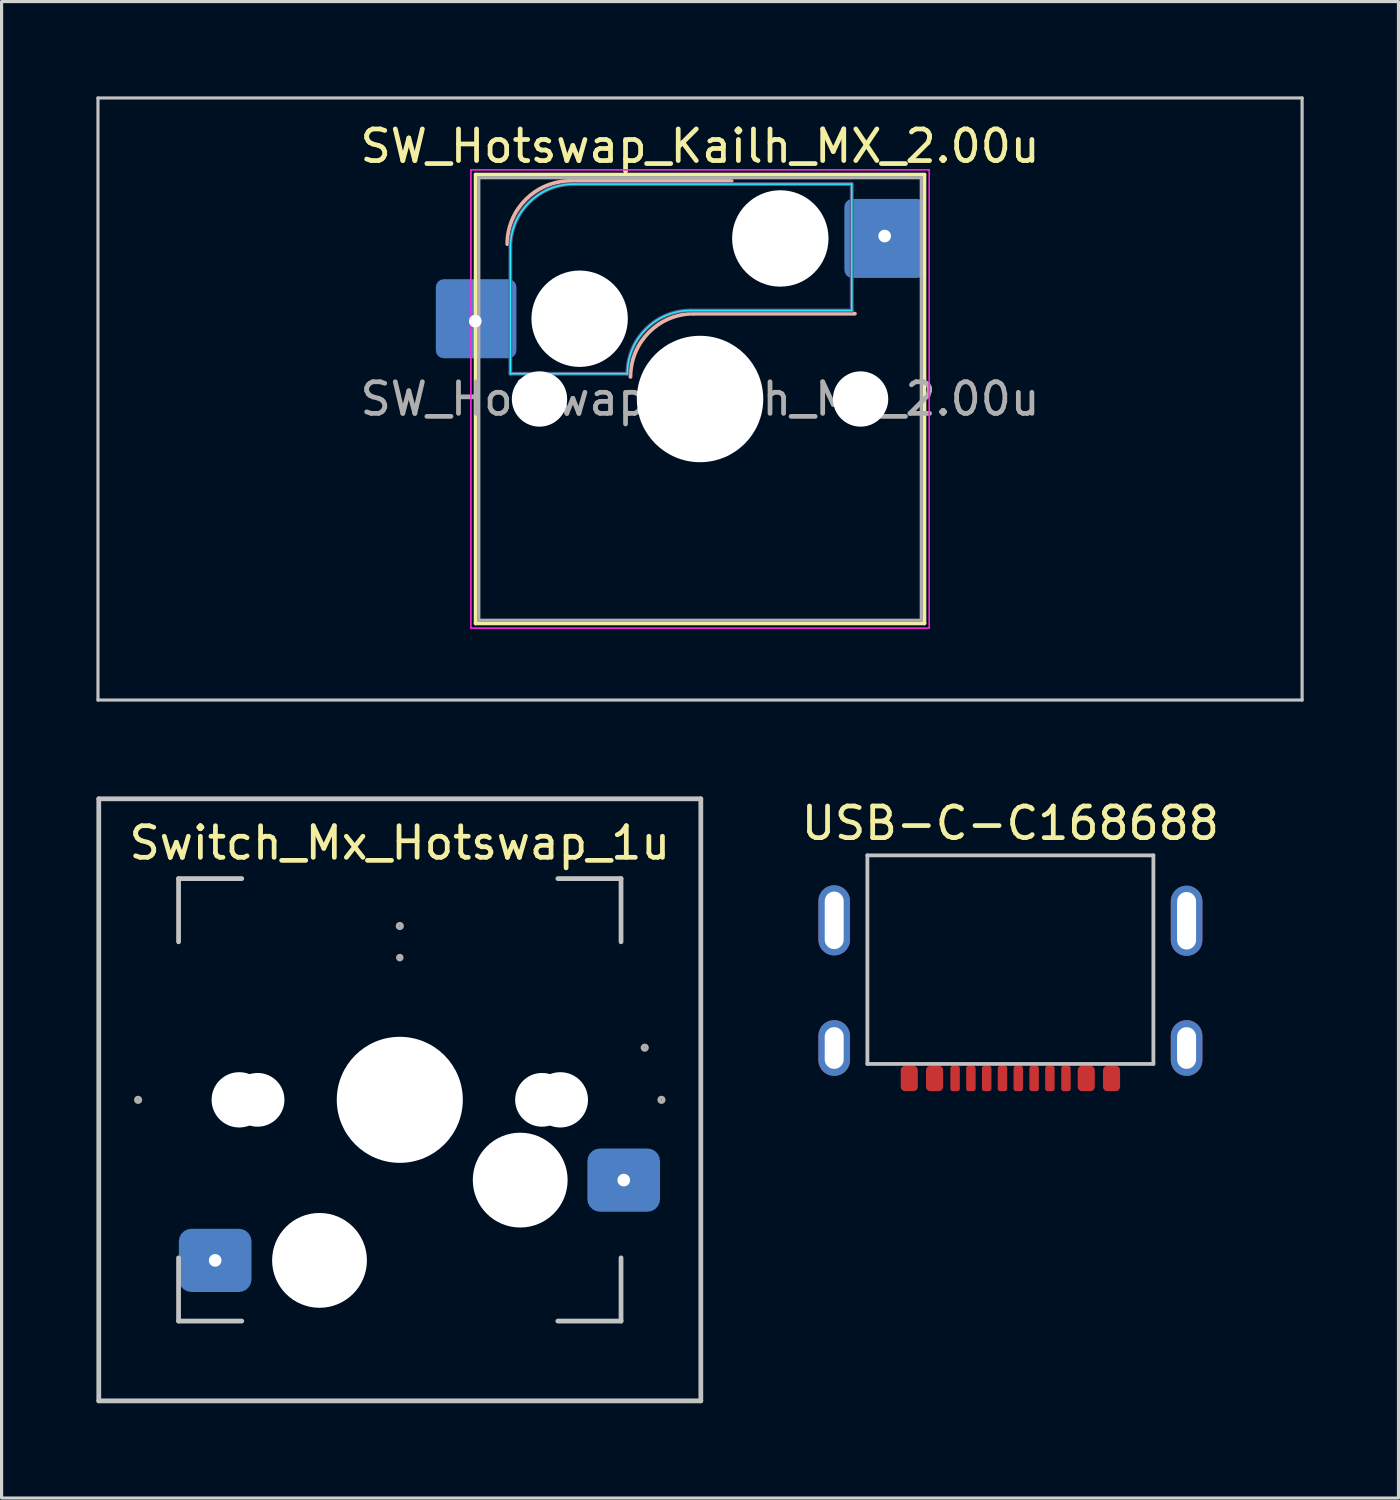
<source format=kicad_pcb>
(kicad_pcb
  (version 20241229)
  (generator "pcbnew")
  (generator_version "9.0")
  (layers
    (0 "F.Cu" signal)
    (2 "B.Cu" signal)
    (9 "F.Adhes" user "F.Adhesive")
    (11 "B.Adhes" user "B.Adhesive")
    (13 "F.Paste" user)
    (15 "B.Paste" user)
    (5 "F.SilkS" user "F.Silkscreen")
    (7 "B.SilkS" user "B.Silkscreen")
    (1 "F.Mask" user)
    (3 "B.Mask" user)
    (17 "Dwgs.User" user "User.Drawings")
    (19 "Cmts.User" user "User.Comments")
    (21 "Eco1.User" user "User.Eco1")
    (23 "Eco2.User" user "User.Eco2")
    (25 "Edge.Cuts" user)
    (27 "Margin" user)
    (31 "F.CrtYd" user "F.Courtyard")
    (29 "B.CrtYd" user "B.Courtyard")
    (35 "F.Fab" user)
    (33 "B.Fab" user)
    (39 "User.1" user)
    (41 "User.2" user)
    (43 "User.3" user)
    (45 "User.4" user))
  (footprint "USB-C-C168688"
    (layer "F.Cu")
    (at 28.92 27.189)
    (property "Reference" "USB-C-C168688" (at 0 -4.191 0) (unlocked yes) (layer "F.SilkS") (effects (font (size 1 1) (thickness 0.15))))
    (attr through_hole)
    (fp_line (start -4.525 -3.175) (end -4.525 3.425) (stroke (width 0.12) (type solid)) (layer "Dwgs.User"))
    (fp_line (start -4.525 -3.175) (end 4.525 -3.175) (stroke (width 0.12) (type solid)) (layer "Dwgs.User"))
    (fp_line (start -4.525 3.425) (end 4.525 3.425) (stroke (width 0.12) (type solid)) (layer "Dwgs.User"))
    (fp_line (start 4.525 -3.175) (end 4.525 3.425) (stroke (width 0.12) (type solid)) (layer "Dwgs.User"))
    (pad "A1" smd roundrect (at -3.2 3.886) (size 0.54 0.8) (layers "F.Cu" "F.Mask" "F.Paste") (roundrect_rratio 0.25))
    (pad "A1" smd roundrect (at 3.2 3.886) (size 0.54 0.8) (layers "F.Cu" "F.Mask" "F.Paste") (roundrect_rratio 0.25))
    (pad "A4" smd roundrect (at -2.4 3.886) (size 0.54 0.8) (layers "F.Cu" "F.Mask" "F.Paste") (roundrect_rratio 0.25))
    (pad "A4" smd roundrect (at 2.4 3.886) (size 0.54 0.8) (layers "F.Cu" "F.Mask" "F.Paste") (roundrect_rratio 0.25))
    (pad "A5" smd roundrect (at 1.25 3.886) (size 0.3 0.8) (layers "F.Cu" "F.Mask" "F.Paste") (roundrect_rratio 0.25))
    (pad "A6" smd roundrect (at 0.25 3.886) (size 0.3 0.8) (layers "F.Cu" "F.Mask" "F.Paste") (roundrect_rratio 0.25))
    (pad "A7" smd roundrect (at -0.25 3.886) (size 0.3 0.8) (layers "F.Cu" "F.Mask" "F.Paste") (roundrect_rratio 0.25))
    (pad "A8" smd roundrect (at -1.25 3.886) (size 0.3 0.8) (layers "F.Cu" "F.Mask" "F.Paste") (roundrect_rratio 0.25))
    (pad "B5" smd roundrect (at -1.75 3.886) (size 0.3 0.8) (layers "F.Cu" "F.Mask" "F.Paste") (roundrect_rratio 0.25))
    (pad "B6" smd roundrect (at -0.75 3.886) (size 0.3 0.8) (layers "F.Cu" "F.Mask" "F.Paste") (roundrect_rratio 0.25))
    (pad "B7" smd roundrect (at 0.75 3.886) (size 0.3 0.8) (layers "F.Cu" "F.Mask" "F.Paste") (roundrect_rratio 0.25))
    (pad "B8" smd roundrect (at 1.758 3.886) (size 0.3 0.8) (layers "F.Cu" "F.Mask" "F.Paste") (roundrect_rratio 0.25))
    (pad "S1" thru_hole oval (at -5.575 2.921) (size 1 1.762) (drill oval 0.6 1.319) (layers "*.Cu" "*.Mask"))
    (pad "S1" thru_hole oval (at -5.575 -1.118) (size 1 2.219) (drill oval 0.6 1.819) (layers "*.Cu" "*.Mask"))
    (pad "S1" thru_hole oval (at 5.575 -1.105) (size 1 2.219) (drill oval 0.6 1.819) (layers "*.Cu" "*.Mask"))
    (pad "S1" thru_hole oval (at 5.575 2.921) (size 1 1.762) (drill oval 0.6 1.319) (layers "*.Cu" "*.Mask")))
  (footprint "Switch_Mx_Hotswap_1u"
    (layer "F.Cu")
    (at 9.6 31.75)
    (property "Reference" "Switch_Mx_Hotswap_1u" (at 0 -8.128 0) (layer "F.SilkS") (effects (font (size 1 1) (thickness 0.15))))
    (attr smd)
    (fp_line (start -9.525 -9.525) (end 9.525 -9.525) (stroke (width 0.15) (type solid)) (layer "Dwgs.User"))
    (fp_line (start -9.525 9.525) (end -9.525 -9.525) (stroke (width 0.15) (type solid)) (layer "Dwgs.User"))
    (fp_line (start -7 -7) (end -5 -7) (stroke (width 0.15) (type solid)) (layer "Dwgs.User"))
    (fp_line (start -7 -5) (end -7 -7) (stroke (width 0.15) (type solid)) (layer "Dwgs.User"))
    (fp_line (start -7 7) (end -7 5) (stroke (width 0.15) (type solid)) (layer "Dwgs.User"))
    (fp_line (start -5 7) (end -7 7) (stroke (width 0.15) (type solid)) (layer "Dwgs.User"))
    (fp_line (start 5 -7) (end 7 -7) (stroke (width 0.15) (type solid)) (layer "Dwgs.User"))
    (fp_line (start 5 7) (end 7 7) (stroke (width 0.15) (type solid)) (layer "Dwgs.User"))
    (fp_line (start 7 -7) (end 7 -5) (stroke (width 0.15) (type solid)) (layer "Dwgs.User"))
    (fp_line (start 7 7) (end 7 5) (stroke (width 0.15) (type solid)) (layer "Dwgs.User"))
    (fp_line (start 9.525 -9.525) (end 9.525 9.525) (stroke (width 0.15) (type solid)) (layer "Dwgs.User"))
    (fp_line (start 9.525 9.525) (end -9.525 9.525) (stroke (width 0.15) (type solid)) (layer "Dwgs.User"))
    (fp_circle (center -8.28 0) (end -8.28 -0.01) (stroke (width 0.12) (type solid)) (fill no) (layer "F.Fab"))
    (fp_circle (center 0 -5.5) (end 0 -5.51) (stroke (width 0.12) (type solid)) (fill no) (layer "F.Fab"))
    (fp_circle (center 0 -4.5) (end 0.000001 -4.5) (stroke (width 0.12) (type solid)) (fill no) (layer "F.Fab"))
    (fp_circle (center 7.75 -1.65) (end 7.75 -1.66) (stroke (width 0.12) (type solid)) (fill no) (layer "F.Fab"))
    (fp_circle (center 8.28 0) (end 8.28 -0.01) (stroke (width 0.12) (type solid)) (fill no) (layer "F.Fab"))
    (pad "" np_thru_hole circle (at -5.08 0 228.1) (size 1.75 1.75) (drill 1.75) (layers "*.Cu" "*.Mask"))
    (pad "" np_thru_hole circle (at -4.5 0) (size 1.7 1.7) (drill 1.7) (layers "*.Cu" "*.Mask"))
    (pad "" np_thru_hole circle (at -2.54 5.08 180) (size 3 3) (drill 3) (layers "*.Cu" "*.Mask"))
    (pad "" np_thru_hole circle (at 0 0 180) (size 3.988 3.988) (drill 3.988) (layers "*.Cu" "*.Mask"))
    (pad "" np_thru_hole circle (at 3.81 2.54 180) (size 3 3) (drill 3) (layers "*.Cu" "*.Mask"))
    (pad "" np_thru_hole circle (at 4.5 0) (size 1.7 1.7) (drill 1.7) (layers "*.Cu" "*.Mask"))
    (pad "" np_thru_hole circle (at 5.08 0 228.1) (size 1.75 1.75) (drill 1.75) (layers "*.Cu" "*.Mask"))
    (pad "1" smd roundrect (at 7.085 2.54 180) (size 2.3 2) (layers "B.Cu" "B.Mask" "B.Paste") (roundrect_rratio 0.2))
    (pad "1" thru_hole circle (at 7.087 2.54) (size 0.8 0.8) (drill 0.4) (layers "*.Cu" "B.Mask"))
    (pad "2" thru_hole circle (at -5.842 5.08) (size 0.8 0.8) (drill 0.4) (layers "*.Cu" "B.Mask"))
    (pad "2" smd roundrect (at -5.842 5.08 180) (size 2.3 2) (layers "B.Cu" "B.Mask" "B.Paste") (roundrect_rratio 0.2)))
  (footprint "SW_Hotswap_Kailh_MX_2.00u"
    (layer "F.Cu")
    (at 19.1 9.575)
    (property "Reference" "SW_Hotswap_Kailh_MX_2.00u" (at 0 -8 0) (layer "F.SilkS") (effects (font (size 1 1) (thickness 0.15))))
    (attr smd)
    (fp_line (start -7.1 -7.1) (end -7.1 7.1) (stroke (width 0.12) (type solid)) (layer "F.SilkS"))
    (fp_line (start -7.1 7.1) (end 7.1 7.1) (stroke (width 0.12) (type solid)) (layer "F.SilkS"))
    (fp_line (start 7.1 -7.1) (end -7.1 -7.1) (stroke (width 0.12) (type solid)) (layer "F.SilkS"))
    (fp_line (start 7.1 7.1) (end 7.1 -7.1) (stroke (width 0.12) (type solid)) (layer "F.SilkS"))
    (fp_line (start -4.1 -6.9) (end 1 -6.9) (stroke (width 0.12) (type solid)) (layer "B.SilkS"))
    (fp_line (start -0.2 -2.7) (end 4.9 -2.7) (stroke (width 0.12) (type solid)) (layer "B.SilkS"))
    (fp_arc (start -6.1 -4.9) (mid -5.514214 -6.314214) (end -4.1 -6.9) (stroke (width 0.12) (type solid)) (layer "B.SilkS"))
    (fp_arc (start -2.2 -0.7) (mid -1.614214 -2.114214) (end -0.2 -2.7) (stroke (width 0.12) (type solid)) (layer "B.SilkS"))
    (fp_line (start -19.05 -9.525) (end -19.05 9.525) (stroke (width 0.1) (type solid)) (layer "Dwgs.User"))
    (fp_line (start -19.05 9.525) (end 19.05 9.525) (stroke (width 0.1) (type solid)) (layer "Dwgs.User"))
    (fp_line (start 19.05 -9.525) (end -19.05 -9.525) (stroke (width 0.1) (type solid)) (layer "Dwgs.User"))
    (fp_line (start 19.05 9.525) (end 19.05 -9.525) (stroke (width 0.1) (type solid)) (layer "Dwgs.User"))
    (fp_line (start -7.8 -6) (end -7 -6) (stroke (width 0.1) (type solid)) (layer "Eco1.User"))
    (fp_line (start -7.8 -2.9) (end -7.8 -6) (stroke (width 0.1) (type solid)) (layer "Eco1.User"))
    (fp_line (start -7.8 2.9) (end -7 2.9) (stroke (width 0.1) (type solid)) (layer "Eco1.User"))
    (fp_line (start -7.8 6) (end -7.8 2.9) (stroke (width 0.1) (type solid)) (layer "Eco1.User"))
    (fp_line (start -7 -7) (end 7 -7) (stroke (width 0.1) (type solid)) (layer "Eco1.User"))
    (fp_line (start -7 -6) (end -7 -7) (stroke (width 0.1) (type solid)) (layer "Eco1.User"))
    (fp_line (start -7 -2.9) (end -7.8 -2.9) (stroke (width 0.1) (type solid)) (layer "Eco1.User"))
    (fp_line (start -7 2.9) (end -7 -2.9) (stroke (width 0.1) (type solid)) (layer "Eco1.User"))
    (fp_line (start -7 6) (end -7.8 6) (stroke (width 0.1) (type solid)) (layer "Eco1.User"))
    (fp_line (start -7 7) (end -7 6) (stroke (width 0.1) (type solid)) (layer "Eco1.User"))
    (fp_line (start 7 -7) (end 7 -6) (stroke (width 0.1) (type solid)) (layer "Eco1.User"))
    (fp_line (start 7 -6) (end 7.8 -6) (stroke (width 0.1) (type solid)) (layer "Eco1.User"))
    (fp_line (start 7 -2.9) (end 7 2.9) (stroke (width 0.1) (type solid)) (layer "Eco1.User"))
    (fp_line (start 7 2.9) (end 7.8 2.9) (stroke (width 0.1) (type solid)) (layer "Eco1.User"))
    (fp_line (start 7 6) (end 7 7) (stroke (width 0.1) (type solid)) (layer "Eco1.User"))
    (fp_line (start 7 7) (end -7 7) (stroke (width 0.1) (type solid)) (layer "Eco1.User"))
    (fp_line (start 7.8 -6) (end 7.8 -2.9) (stroke (width 0.1) (type solid)) (layer "Eco1.User"))
    (fp_line (start 7.8 -2.9) (end 7 -2.9) (stroke (width 0.1) (type solid)) (layer "Eco1.User"))
    (fp_line (start 7.8 2.9) (end 7.8 6) (stroke (width 0.1) (type solid)) (layer "Eco1.User"))
    (fp_line (start 7.8 6) (end 7 6) (stroke (width 0.1) (type solid)) (layer "Eco1.User"))
    (fp_line (start -6 -0.8) (end -6 -4.8) (stroke (width 0.05) (type solid)) (layer "B.CrtYd"))
    (fp_line (start -6 -0.8) (end -2.3 -0.8) (stroke (width 0.05) (type solid)) (layer "B.CrtYd"))
    (fp_line (start -4 -6.8) (end 4.8 -6.8) (stroke (width 0.05) (type solid)) (layer "B.CrtYd"))
    (fp_line (start -0.3 -2.8) (end 4.8 -2.8) (stroke (width 0.05) (type solid)) (layer "B.CrtYd"))
    (fp_line (start 4.8 -6.8) (end 4.8 -2.8) (stroke (width 0.05) (type solid)) (layer "B.CrtYd"))
    (fp_arc (start -6 -4.8) (mid -5.414214 -6.214214) (end -4 -6.8) (stroke (width 0.05) (type solid)) (layer "B.CrtYd"))
    (fp_arc (start -2.3 -0.8) (mid -1.714214 -2.214214) (end -0.3 -2.8) (stroke (width 0.05) (type solid)) (layer "B.CrtYd"))
    (fp_line (start -7.25 -7.25) (end -7.25 7.25) (stroke (width 0.05) (type solid)) (layer "F.CrtYd"))
    (fp_line (start -7.25 7.25) (end 7.25 7.25) (stroke (width 0.05) (type solid)) (layer "F.CrtYd"))
    (fp_line (start 7.25 -7.25) (end -7.25 -7.25) (stroke (width 0.05) (type solid)) (layer "F.CrtYd"))
    (fp_line (start 7.25 7.25) (end 7.25 -7.25) (stroke (width 0.05) (type solid)) (layer "F.CrtYd"))
    (fp_line (start -6 -0.8) (end -6 -4.8) (stroke (width 0.12) (type solid)) (layer "B.Fab"))
    (fp_line (start -6 -0.8) (end -2.3 -0.8) (stroke (width 0.12) (type solid)) (layer "B.Fab"))
    (fp_line (start -4 -6.8) (end 4.8 -6.8) (stroke (width 0.12) (type solid)) (layer "B.Fab"))
    (fp_line (start -0.3 -2.8) (end 4.8 -2.8) (stroke (width 0.12) (type solid)) (layer "B.Fab"))
    (fp_line (start 4.8 -6.8) (end 4.8 -2.8) (stroke (width 0.12) (type solid)) (layer "B.Fab"))
    (fp_arc (start -6 -4.8) (mid -5.414214 -6.214214) (end -4 -6.8) (stroke (width 0.12) (type solid)) (layer "B.Fab"))
    (fp_arc (start -2.3 -0.8) (mid -1.714214 -2.214214) (end -0.3 -2.8) (stroke (width 0.12) (type solid)) (layer "B.Fab"))
    (fp_line (start -7 -7) (end -7 7) (stroke (width 0.1) (type solid)) (layer "F.Fab"))
    (fp_line (start -7 7) (end 7 7) (stroke (width 0.1) (type solid)) (layer "F.Fab"))
    (fp_line (start 7 -7) (end -7 -7) (stroke (width 0.1) (type solid)) (layer "F.Fab"))
    (fp_line (start 7 7) (end 7 -7) (stroke (width 0.1) (type solid)) (layer "F.Fab"))
    (fp_text user "${REFERENCE}" (at 0 0 0) (layer "F.Fab") (effects (font (size 1 1) (thickness 0.15))))
    (pad "" np_thru_hole circle (at -5.08 0) (size 1.75 1.75) (drill 1.75) (layers "*.Cu" "*.Mask"))
    (pad "" np_thru_hole circle (at -3.81 -2.54) (size 3.05 3.05) (drill 3.05) (layers "*.Cu" "*.Mask"))
    (pad "" np_thru_hole circle (at 0 0) (size 4 4) (drill 4) (layers "*.Cu" "*.Mask"))
    (pad "" np_thru_hole circle (at 2.54 -5.08) (size 3.05 3.05) (drill 3.05) (layers "*.Cu" "*.Mask"))
    (pad "" np_thru_hole circle (at 5.08 0) (size 1.75 1.75) (drill 1.75) (layers "*.Cu" "*.Mask"))
    (pad "1" thru_hole circle (at -7.112 -2.464) (size 0.8 0.8) (drill 0.4) (layers "*.Cu" "B.Mask"))
    (pad "1" smd roundrect (at -7.085 -2.54) (size 2.55 2.5) (layers "B.Cu" "B.Mask" "B.Paste") (roundrect_rratio 0.1))
    (pad "2" thru_hole circle (at 5.842 -5.156) (size 0.8 0.8) (drill 0.4) (layers "*.Cu" "B.Mask"))
    (pad "2" smd roundrect (at 5.842 -5.08) (size 2.55 2.5) (layers "B.Cu" "B.Mask" "B.Paste") (roundrect_rratio 0.1)))
  (gr_rect
    (start -3 -3)
    (end 41.2 44.35)
    (stroke (width 0.1) (type default))
    (fill no)
    (layer "Edge.Cuts")))
</source>
